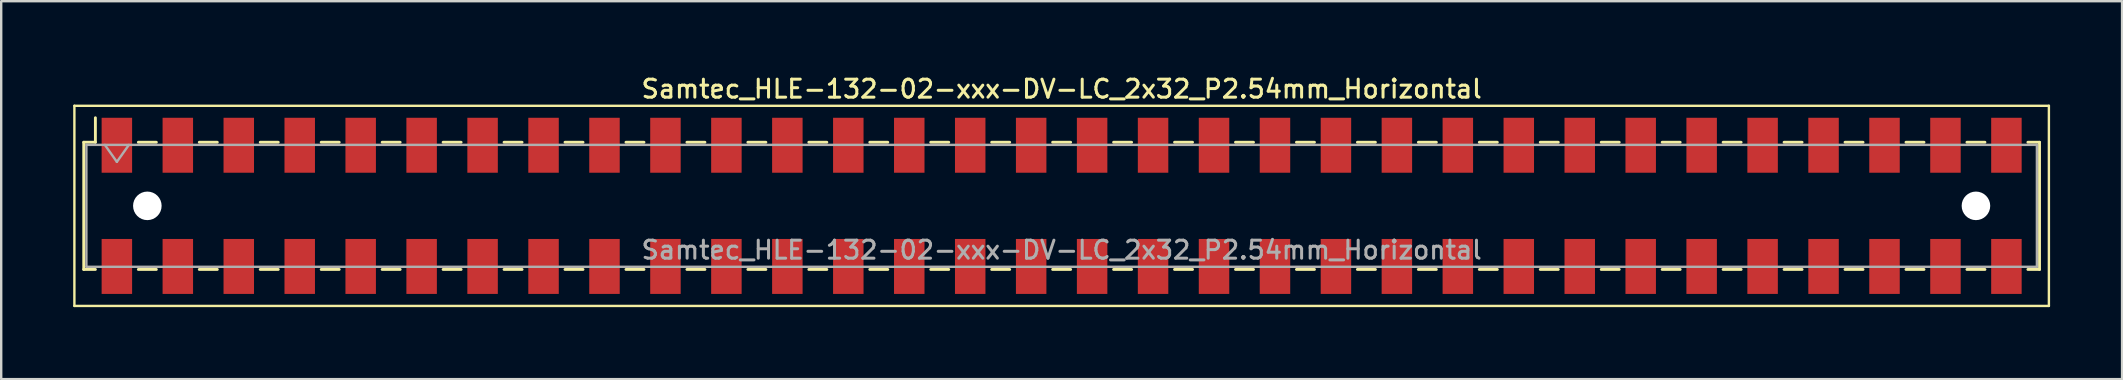
<source format=kicad_pcb>
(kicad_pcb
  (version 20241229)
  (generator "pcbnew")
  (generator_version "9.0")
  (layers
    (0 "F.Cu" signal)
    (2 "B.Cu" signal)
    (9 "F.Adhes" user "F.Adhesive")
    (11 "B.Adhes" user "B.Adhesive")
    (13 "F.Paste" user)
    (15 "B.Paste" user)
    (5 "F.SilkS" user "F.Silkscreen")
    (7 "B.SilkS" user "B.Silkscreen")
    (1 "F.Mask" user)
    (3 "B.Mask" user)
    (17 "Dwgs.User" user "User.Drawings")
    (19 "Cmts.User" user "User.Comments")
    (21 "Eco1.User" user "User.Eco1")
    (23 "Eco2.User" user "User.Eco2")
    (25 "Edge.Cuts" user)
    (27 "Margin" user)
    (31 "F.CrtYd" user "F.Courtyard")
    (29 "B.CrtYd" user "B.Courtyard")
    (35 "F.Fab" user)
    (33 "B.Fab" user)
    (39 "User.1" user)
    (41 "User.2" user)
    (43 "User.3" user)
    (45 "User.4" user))
  (footprint "Samtec_HLE-132-02-xxx-DV-LC_2x32_P2.54mm_Horizontal"
    (layer "F.Cu")
    (at 41.19 5.528)
    (property "Reference" "Samtec_HLE-132-02-xxx-DV-LC_2x32_P2.54mm_Horizontal" (at 0 -4.87 0) (layer "F.SilkS") (effects (font (size 0.75 0.75) (thickness 0.125))))
    (attr smd)
    (fp_line (start -41.14 -4.17) (end 41.14 -4.17) (stroke (width 0.1) (type solid)) (layer "F.SilkS"))
    (fp_line (start -41.14 4.17) (end -41.14 -4.17) (stroke (width 0.1) (type solid)) (layer "F.SilkS"))
    (fp_line (start -40.75 -2.65) (end -40.75 2.65) (stroke (width 0.12) (type solid)) (layer "F.SilkS"))
    (fp_line (start -40.75 2.65) (end -40.265 2.65) (stroke (width 0.12) (type solid)) (layer "F.SilkS"))
    (fp_line (start -40.265 -3.67) (end -40.265 -2.65) (stroke (width 0.12) (type solid)) (layer "F.SilkS"))
    (fp_line (start -40.265 -2.65) (end -40.75 -2.65) (stroke (width 0.12) (type solid)) (layer "F.SilkS"))
    (fp_line (start -38.475 -2.65) (end -37.725 -2.65) (stroke (width 0.12) (type solid)) (layer "F.SilkS"))
    (fp_line (start -38.475 2.65) (end -37.725 2.65) (stroke (width 0.12) (type solid)) (layer "F.SilkS"))
    (fp_line (start -35.935 -2.65) (end -35.185 -2.65) (stroke (width 0.12) (type solid)) (layer "F.SilkS"))
    (fp_line (start -35.935 2.65) (end -35.185 2.65) (stroke (width 0.12) (type solid)) (layer "F.SilkS"))
    (fp_line (start -33.395 -2.65) (end -32.645 -2.65) (stroke (width 0.12) (type solid)) (layer "F.SilkS"))
    (fp_line (start -33.395 2.65) (end -32.645 2.65) (stroke (width 0.12) (type solid)) (layer "F.SilkS"))
    (fp_line (start -30.855 -2.65) (end -30.105 -2.65) (stroke (width 0.12) (type solid)) (layer "F.SilkS"))
    (fp_line (start -30.855 2.65) (end -30.105 2.65) (stroke (width 0.12) (type solid)) (layer "F.SilkS"))
    (fp_line (start -28.315 -2.65) (end -27.565 -2.65) (stroke (width 0.12) (type solid)) (layer "F.SilkS"))
    (fp_line (start -28.315 2.65) (end -27.565 2.65) (stroke (width 0.12) (type solid)) (layer "F.SilkS"))
    (fp_line (start -25.775 -2.65) (end -25.025 -2.65) (stroke (width 0.12) (type solid)) (layer "F.SilkS"))
    (fp_line (start -25.775 2.65) (end -25.025 2.65) (stroke (width 0.12) (type solid)) (layer "F.SilkS"))
    (fp_line (start -23.235 -2.65) (end -22.485 -2.65) (stroke (width 0.12) (type solid)) (layer "F.SilkS"))
    (fp_line (start -23.235 2.65) (end -22.485 2.65) (stroke (width 0.12) (type solid)) (layer "F.SilkS"))
    (fp_line (start -20.695 -2.65) (end -19.945 -2.65) (stroke (width 0.12) (type solid)) (layer "F.SilkS"))
    (fp_line (start -20.695 2.65) (end -19.945 2.65) (stroke (width 0.12) (type solid)) (layer "F.SilkS"))
    (fp_line (start -18.155 -2.65) (end -17.405 -2.65) (stroke (width 0.12) (type solid)) (layer "F.SilkS"))
    (fp_line (start -18.155 2.65) (end -17.405 2.65) (stroke (width 0.12) (type solid)) (layer "F.SilkS"))
    (fp_line (start -15.615 -2.65) (end -14.865 -2.65) (stroke (width 0.12) (type solid)) (layer "F.SilkS"))
    (fp_line (start -15.615 2.65) (end -14.865 2.65) (stroke (width 0.12) (type solid)) (layer "F.SilkS"))
    (fp_line (start -13.075 -2.65) (end -12.325 -2.65) (stroke (width 0.12) (type solid)) (layer "F.SilkS"))
    (fp_line (start -13.075 2.65) (end -12.325 2.65) (stroke (width 0.12) (type solid)) (layer "F.SilkS"))
    (fp_line (start -10.535 -2.65) (end -9.785 -2.65) (stroke (width 0.12) (type solid)) (layer "F.SilkS"))
    (fp_line (start -10.535 2.65) (end -9.785 2.65) (stroke (width 0.12) (type solid)) (layer "F.SilkS"))
    (fp_line (start -7.995 -2.65) (end -7.245 -2.65) (stroke (width 0.12) (type solid)) (layer "F.SilkS"))
    (fp_line (start -7.995 2.65) (end -7.245 2.65) (stroke (width 0.12) (type solid)) (layer "F.SilkS"))
    (fp_line (start -5.455 -2.65) (end -4.705 -2.65) (stroke (width 0.12) (type solid)) (layer "F.SilkS"))
    (fp_line (start -5.455 2.65) (end -4.705 2.65) (stroke (width 0.12) (type solid)) (layer "F.SilkS"))
    (fp_line (start -2.915 -2.65) (end -2.165 -2.65) (stroke (width 0.12) (type solid)) (layer "F.SilkS"))
    (fp_line (start -2.915 2.65) (end -2.165 2.65) (stroke (width 0.12) (type solid)) (layer "F.SilkS"))
    (fp_line (start -0.375 -2.65) (end 0.375 -2.65) (stroke (width 0.12) (type solid)) (layer "F.SilkS"))
    (fp_line (start -0.375 2.65) (end 0.375 2.65) (stroke (width 0.12) (type solid)) (layer "F.SilkS"))
    (fp_line (start 2.165 -2.65) (end 2.915 -2.65) (stroke (width 0.12) (type solid)) (layer "F.SilkS"))
    (fp_line (start 2.165 2.65) (end 2.915 2.65) (stroke (width 0.12) (type solid)) (layer "F.SilkS"))
    (fp_line (start 4.705 -2.65) (end 5.455 -2.65) (stroke (width 0.12) (type solid)) (layer "F.SilkS"))
    (fp_line (start 4.705 2.65) (end 5.455 2.65) (stroke (width 0.12) (type solid)) (layer "F.SilkS"))
    (fp_line (start 7.245 -2.65) (end 7.995 -2.65) (stroke (width 0.12) (type solid)) (layer "F.SilkS"))
    (fp_line (start 7.245 2.65) (end 7.995 2.65) (stroke (width 0.12) (type solid)) (layer "F.SilkS"))
    (fp_line (start 9.785 -2.65) (end 10.535 -2.65) (stroke (width 0.12) (type solid)) (layer "F.SilkS"))
    (fp_line (start 9.785 2.65) (end 10.535 2.65) (stroke (width 0.12) (type solid)) (layer "F.SilkS"))
    (fp_line (start 12.325 -2.65) (end 13.075 -2.65) (stroke (width 0.12) (type solid)) (layer "F.SilkS"))
    (fp_line (start 12.325 2.65) (end 13.075 2.65) (stroke (width 0.12) (type solid)) (layer "F.SilkS"))
    (fp_line (start 14.865 -2.65) (end 15.615 -2.65) (stroke (width 0.12) (type solid)) (layer "F.SilkS"))
    (fp_line (start 14.865 2.65) (end 15.615 2.65) (stroke (width 0.12) (type solid)) (layer "F.SilkS"))
    (fp_line (start 17.405 -2.65) (end 18.155 -2.65) (stroke (width 0.12) (type solid)) (layer "F.SilkS"))
    (fp_line (start 17.405 2.65) (end 18.155 2.65) (stroke (width 0.12) (type solid)) (layer "F.SilkS"))
    (fp_line (start 19.945 -2.65) (end 20.695 -2.65) (stroke (width 0.12) (type solid)) (layer "F.SilkS"))
    (fp_line (start 19.945 2.65) (end 20.695 2.65) (stroke (width 0.12) (type solid)) (layer "F.SilkS"))
    (fp_line (start 22.485 -2.65) (end 23.235 -2.65) (stroke (width 0.12) (type solid)) (layer "F.SilkS"))
    (fp_line (start 22.485 2.65) (end 23.235 2.65) (stroke (width 0.12) (type solid)) (layer "F.SilkS"))
    (fp_line (start 25.025 -2.65) (end 25.775 -2.65) (stroke (width 0.12) (type solid)) (layer "F.SilkS"))
    (fp_line (start 25.025 2.65) (end 25.775 2.65) (stroke (width 0.12) (type solid)) (layer "F.SilkS"))
    (fp_line (start 27.565 -2.65) (end 28.315 -2.65) (stroke (width 0.12) (type solid)) (layer "F.SilkS"))
    (fp_line (start 27.565 2.65) (end 28.315 2.65) (stroke (width 0.12) (type solid)) (layer "F.SilkS"))
    (fp_line (start 30.105 -2.65) (end 30.855 -2.65) (stroke (width 0.12) (type solid)) (layer "F.SilkS"))
    (fp_line (start 30.105 2.65) (end 30.855 2.65) (stroke (width 0.12) (type solid)) (layer "F.SilkS"))
    (fp_line (start 32.645 -2.65) (end 33.395 -2.65) (stroke (width 0.12) (type solid)) (layer "F.SilkS"))
    (fp_line (start 32.645 2.65) (end 33.395 2.65) (stroke (width 0.12) (type solid)) (layer "F.SilkS"))
    (fp_line (start 35.185 -2.65) (end 35.935 -2.65) (stroke (width 0.12) (type solid)) (layer "F.SilkS"))
    (fp_line (start 35.185 2.65) (end 35.935 2.65) (stroke (width 0.12) (type solid)) (layer "F.SilkS"))
    (fp_line (start 37.725 -2.65) (end 38.475 -2.65) (stroke (width 0.12) (type solid)) (layer "F.SilkS"))
    (fp_line (start 37.725 2.65) (end 38.475 2.65) (stroke (width 0.12) (type solid)) (layer "F.SilkS"))
    (fp_line (start 40.265 -2.65) (end 40.75 -2.65) (stroke (width 0.12) (type solid)) (layer "F.SilkS"))
    (fp_line (start 40.75 -2.65) (end 40.75 2.65) (stroke (width 0.12) (type solid)) (layer "F.SilkS"))
    (fp_line (start 40.75 2.65) (end 40.265 2.65) (stroke (width 0.12) (type solid)) (layer "F.SilkS"))
    (fp_line (start 41.14 -4.17) (end 41.14 4.17) (stroke (width 0.1) (type solid)) (layer "F.SilkS"))
    (fp_line (start 41.14 4.17) (end -41.14 4.17) (stroke (width 0.1) (type solid)) (layer "F.SilkS"))
    (fp_line (start -40.64 -2.54) (end 40.64 -2.54) (stroke (width 0.1) (type solid)) (layer "F.Fab"))
    (fp_line (start -40.64 2.54) (end -40.64 -2.54) (stroke (width 0.1) (type solid)) (layer "F.Fab"))
    (fp_line (start -39.87 -2.54) (end -39.37 -1.833) (stroke (width 0.1) (type solid)) (layer "F.Fab"))
    (fp_line (start -39.37 -1.833) (end -38.87 -2.54) (stroke (width 0.1) (type solid)) (layer "F.Fab"))
    (fp_line (start 40.64 -2.54) (end 40.64 2.54) (stroke (width 0.1) (type solid)) (layer "F.Fab"))
    (fp_line (start 40.64 2.54) (end -40.64 2.54) (stroke (width 0.1) (type solid)) (layer "F.Fab"))
    (fp_text user "${REFERENCE}" (at 0 1.84 0) (layer "F.Fab") (effects (font (size 0.75 0.75) (thickness 0.125))))
    (pad "" np_thru_hole circle (at -38.1 0) (size 1.19 1.19) (drill 1.19) (layers "*.Cu" "*.Mask"))
    (pad "" np_thru_hole circle (at 38.1 0) (size 1.19 1.19) (drill 1.19) (layers "*.Cu" "*.Mask"))
    (pad "1" smd rect (at -39.37 -2.525) (size 1.27 2.29) (layers "F.Cu" "F.Mask" "F.Paste"))
    (pad "2" smd rect (at -39.37 2.525) (size 1.27 2.29) (layers "F.Cu" "F.Mask" "F.Paste"))
    (pad "3" smd rect (at -36.83 -2.525) (size 1.27 2.29) (layers "F.Cu" "F.Mask" "F.Paste"))
    (pad "4" smd rect (at -36.83 2.525) (size 1.27 2.29) (layers "F.Cu" "F.Mask" "F.Paste"))
    (pad "5" smd rect (at -34.29 -2.525) (size 1.27 2.29) (layers "F.Cu" "F.Mask" "F.Paste"))
    (pad "6" smd rect (at -34.29 2.525) (size 1.27 2.29) (layers "F.Cu" "F.Mask" "F.Paste"))
    (pad "7" smd rect (at -31.75 -2.525) (size 1.27 2.29) (layers "F.Cu" "F.Mask" "F.Paste"))
    (pad "8" smd rect (at -31.75 2.525) (size 1.27 2.29) (layers "F.Cu" "F.Mask" "F.Paste"))
    (pad "9" smd rect (at -29.21 -2.525) (size 1.27 2.29) (layers "F.Cu" "F.Mask" "F.Paste"))
    (pad "10" smd rect (at -29.21 2.525) (size 1.27 2.29) (layers "F.Cu" "F.Mask" "F.Paste"))
    (pad "11" smd rect (at -26.67 -2.525) (size 1.27 2.29) (layers "F.Cu" "F.Mask" "F.Paste"))
    (pad "12" smd rect (at -26.67 2.525) (size 1.27 2.29) (layers "F.Cu" "F.Mask" "F.Paste"))
    (pad "13" smd rect (at -24.13 -2.525) (size 1.27 2.29) (layers "F.Cu" "F.Mask" "F.Paste"))
    (pad "14" smd rect (at -24.13 2.525) (size 1.27 2.29) (layers "F.Cu" "F.Mask" "F.Paste"))
    (pad "15" smd rect (at -21.59 -2.525) (size 1.27 2.29) (layers "F.Cu" "F.Mask" "F.Paste"))
    (pad "16" smd rect (at -21.59 2.525) (size 1.27 2.29) (layers "F.Cu" "F.Mask" "F.Paste"))
    (pad "17" smd rect (at -19.05 -2.525) (size 1.27 2.29) (layers "F.Cu" "F.Mask" "F.Paste"))
    (pad "18" smd rect (at -19.05 2.525) (size 1.27 2.29) (layers "F.Cu" "F.Mask" "F.Paste"))
    (pad "19" smd rect (at -16.51 -2.525) (size 1.27 2.29) (layers "F.Cu" "F.Mask" "F.Paste"))
    (pad "20" smd rect (at -16.51 2.525) (size 1.27 2.29) (layers "F.Cu" "F.Mask" "F.Paste"))
    (pad "21" smd rect (at -13.97 -2.525) (size 1.27 2.29) (layers "F.Cu" "F.Mask" "F.Paste"))
    (pad "22" smd rect (at -13.97 2.525) (size 1.27 2.29) (layers "F.Cu" "F.Mask" "F.Paste"))
    (pad "23" smd rect (at -11.43 -2.525) (size 1.27 2.29) (layers "F.Cu" "F.Mask" "F.Paste"))
    (pad "24" smd rect (at -11.43 2.525) (size 1.27 2.29) (layers "F.Cu" "F.Mask" "F.Paste"))
    (pad "25" smd rect (at -8.89 -2.525) (size 1.27 2.29) (layers "F.Cu" "F.Mask" "F.Paste"))
    (pad "26" smd rect (at -8.89 2.525) (size 1.27 2.29) (layers "F.Cu" "F.Mask" "F.Paste"))
    (pad "27" smd rect (at -6.35 -2.525) (size 1.27 2.29) (layers "F.Cu" "F.Mask" "F.Paste"))
    (pad "28" smd rect (at -6.35 2.525) (size 1.27 2.29) (layers "F.Cu" "F.Mask" "F.Paste"))
    (pad "29" smd rect (at -3.81 -2.525) (size 1.27 2.29) (layers "F.Cu" "F.Mask" "F.Paste"))
    (pad "30" smd rect (at -3.81 2.525) (size 1.27 2.29) (layers "F.Cu" "F.Mask" "F.Paste"))
    (pad "31" smd rect (at -1.27 -2.525) (size 1.27 2.29) (layers "F.Cu" "F.Mask" "F.Paste"))
    (pad "32" smd rect (at -1.27 2.525) (size 1.27 2.29) (layers "F.Cu" "F.Mask" "F.Paste"))
    (pad "33" smd rect (at 1.27 -2.525) (size 1.27 2.29) (layers "F.Cu" "F.Mask" "F.Paste"))
    (pad "34" smd rect (at 1.27 2.525) (size 1.27 2.29) (layers "F.Cu" "F.Mask" "F.Paste"))
    (pad "35" smd rect (at 3.81 -2.525) (size 1.27 2.29) (layers "F.Cu" "F.Mask" "F.Paste"))
    (pad "36" smd rect (at 3.81 2.525) (size 1.27 2.29) (layers "F.Cu" "F.Mask" "F.Paste"))
    (pad "37" smd rect (at 6.35 -2.525) (size 1.27 2.29) (layers "F.Cu" "F.Mask" "F.Paste"))
    (pad "38" smd rect (at 6.35 2.525) (size 1.27 2.29) (layers "F.Cu" "F.Mask" "F.Paste"))
    (pad "39" smd rect (at 8.89 -2.525) (size 1.27 2.29) (layers "F.Cu" "F.Mask" "F.Paste"))
    (pad "40" smd rect (at 8.89 2.525) (size 1.27 2.29) (layers "F.Cu" "F.Mask" "F.Paste"))
    (pad "41" smd rect (at 11.43 -2.525) (size 1.27 2.29) (layers "F.Cu" "F.Mask" "F.Paste"))
    (pad "42" smd rect (at 11.43 2.525) (size 1.27 2.29) (layers "F.Cu" "F.Mask" "F.Paste"))
    (pad "43" smd rect (at 13.97 -2.525) (size 1.27 2.29) (layers "F.Cu" "F.Mask" "F.Paste"))
    (pad "44" smd rect (at 13.97 2.525) (size 1.27 2.29) (layers "F.Cu" "F.Mask" "F.Paste"))
    (pad "45" smd rect (at 16.51 -2.525) (size 1.27 2.29) (layers "F.Cu" "F.Mask" "F.Paste"))
    (pad "46" smd rect (at 16.51 2.525) (size 1.27 2.29) (layers "F.Cu" "F.Mask" "F.Paste"))
    (pad "47" smd rect (at 19.05 -2.525) (size 1.27 2.29) (layers "F.Cu" "F.Mask" "F.Paste"))
    (pad "48" smd rect (at 19.05 2.525) (size 1.27 2.29) (layers "F.Cu" "F.Mask" "F.Paste"))
    (pad "49" smd rect (at 21.59 -2.525) (size 1.27 2.29) (layers "F.Cu" "F.Mask" "F.Paste"))
    (pad "50" smd rect (at 21.59 2.525) (size 1.27 2.29) (layers "F.Cu" "F.Mask" "F.Paste"))
    (pad "51" smd rect (at 24.13 -2.525) (size 1.27 2.29) (layers "F.Cu" "F.Mask" "F.Paste"))
    (pad "52" smd rect (at 24.13 2.525) (size 1.27 2.29) (layers "F.Cu" "F.Mask" "F.Paste"))
    (pad "53" smd rect (at 26.67 -2.525) (size 1.27 2.29) (layers "F.Cu" "F.Mask" "F.Paste"))
    (pad "54" smd rect (at 26.67 2.525) (size 1.27 2.29) (layers "F.Cu" "F.Mask" "F.Paste"))
    (pad "55" smd rect (at 29.21 -2.525) (size 1.27 2.29) (layers "F.Cu" "F.Mask" "F.Paste"))
    (pad "56" smd rect (at 29.21 2.525) (size 1.27 2.29) (layers "F.Cu" "F.Mask" "F.Paste"))
    (pad "57" smd rect (at 31.75 -2.525) (size 1.27 2.29) (layers "F.Cu" "F.Mask" "F.Paste"))
    (pad "58" smd rect (at 31.75 2.525) (size 1.27 2.29) (layers "F.Cu" "F.Mask" "F.Paste"))
    (pad "59" smd rect (at 34.29 -2.525) (size 1.27 2.29) (layers "F.Cu" "F.Mask" "F.Paste"))
    (pad "60" smd rect (at 34.29 2.525) (size 1.27 2.29) (layers "F.Cu" "F.Mask" "F.Paste"))
    (pad "61" smd rect (at 36.83 -2.525) (size 1.27 2.29) (layers "F.Cu" "F.Mask" "F.Paste"))
    (pad "62" smd rect (at 36.83 2.525) (size 1.27 2.29) (layers "F.Cu" "F.Mask" "F.Paste"))
    (pad "63" smd rect (at 39.37 -2.525) (size 1.27 2.29) (layers "F.Cu" "F.Mask" "F.Paste"))
    (pad "64" smd rect (at 39.37 2.525) (size 1.27 2.29) (layers "F.Cu" "F.Mask" "F.Paste")))
  (gr_rect
    (start -3 -3)
    (end 85.38 12.748)
    (stroke (width 0.1) (type default))
    (fill no)
    (layer "Edge.Cuts")))
</source>
